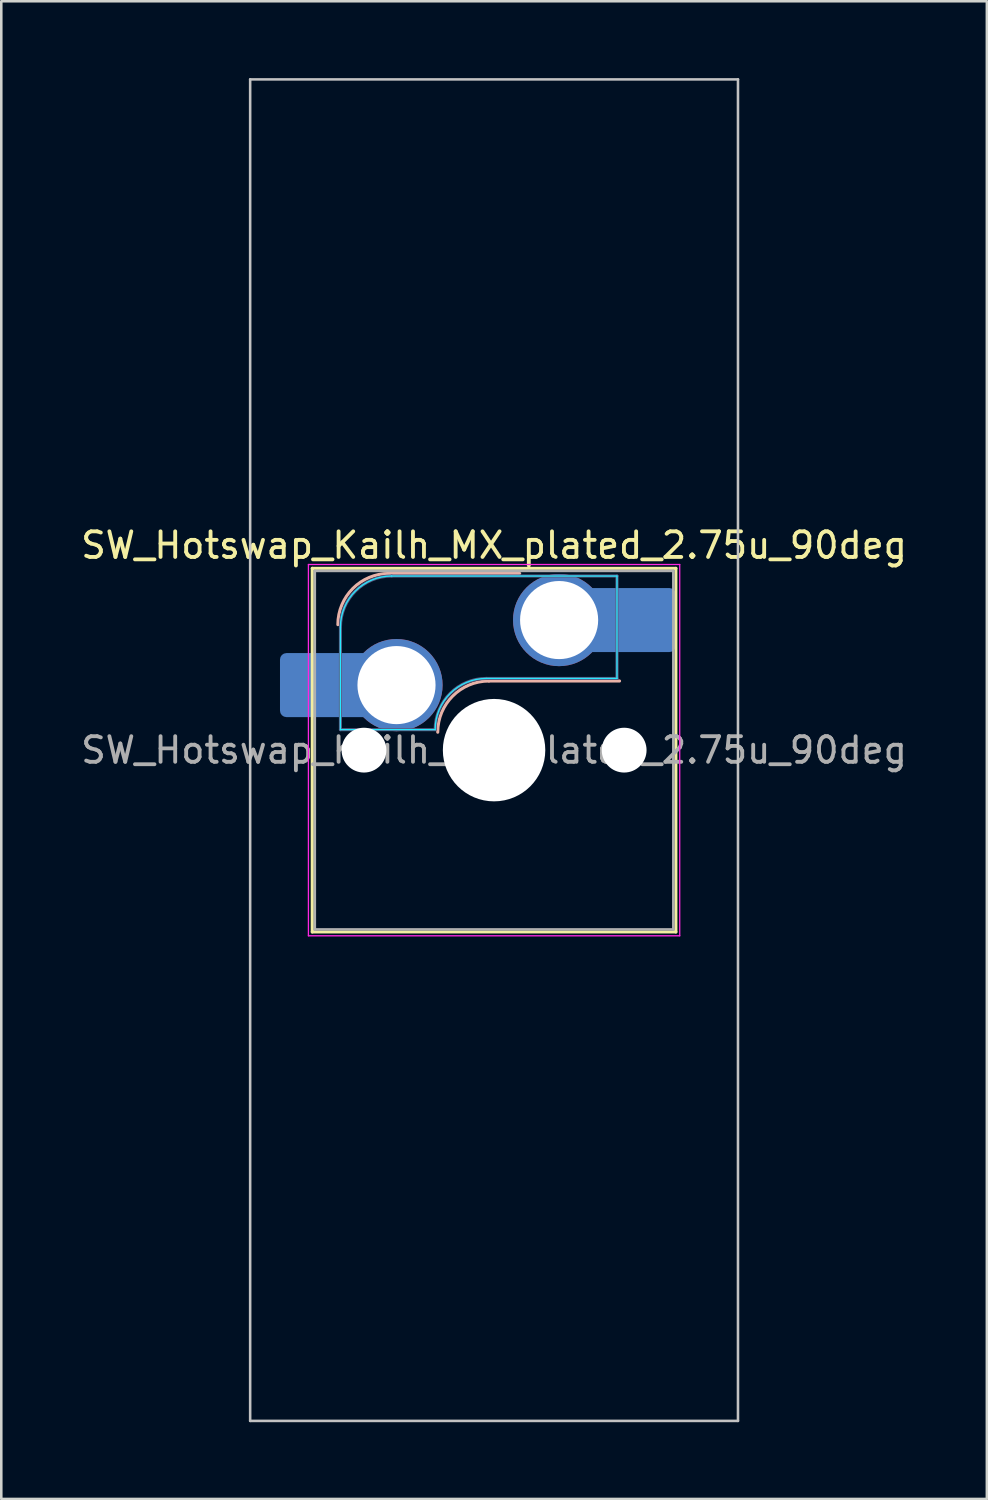
<source format=kicad_pcb>
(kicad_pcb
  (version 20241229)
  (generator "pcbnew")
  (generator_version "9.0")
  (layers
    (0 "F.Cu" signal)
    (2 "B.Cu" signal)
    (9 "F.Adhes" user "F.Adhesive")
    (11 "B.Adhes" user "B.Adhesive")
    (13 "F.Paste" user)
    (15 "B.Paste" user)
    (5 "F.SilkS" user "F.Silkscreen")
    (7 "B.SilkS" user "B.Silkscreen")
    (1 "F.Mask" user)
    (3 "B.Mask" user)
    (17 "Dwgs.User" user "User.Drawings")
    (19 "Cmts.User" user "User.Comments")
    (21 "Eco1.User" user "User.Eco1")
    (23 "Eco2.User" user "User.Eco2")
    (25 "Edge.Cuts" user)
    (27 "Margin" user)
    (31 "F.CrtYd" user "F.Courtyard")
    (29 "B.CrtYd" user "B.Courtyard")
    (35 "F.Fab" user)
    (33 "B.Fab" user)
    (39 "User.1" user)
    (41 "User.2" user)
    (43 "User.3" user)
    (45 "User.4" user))
  (footprint "SW_Hotswap_Kailh_MX_plated_2.75u_90deg"
    (layer "F.Cu")
    (at 16.244 26.244)
    (property "Reference" "SW_Hotswap_Kailh_MX_plated_2.75u_90deg" (at 0 -8 0) (layer "F.SilkS") (effects (font (size 1 1) (thickness 0.15))))
    (attr smd)
    (fp_line (start -7.1 -7.1) (end -7.1 7.1) (stroke (width 0.12) (type solid)) (layer "F.SilkS"))
    (fp_line (start -7.1 7.1) (end 7.1 7.1) (stroke (width 0.12) (type solid)) (layer "F.SilkS"))
    (fp_line (start 7.1 -7.1) (end -7.1 -7.1) (stroke (width 0.12) (type solid)) (layer "F.SilkS"))
    (fp_line (start 7.1 7.1) (end 7.1 -7.1) (stroke (width 0.12) (type solid)) (layer "F.SilkS"))
    (fp_line (start -4.1 -6.9) (end 1 -6.9) (stroke (width 0.12) (type solid)) (layer "B.SilkS"))
    (fp_line (start -0.2 -2.7) (end 4.9 -2.7) (stroke (width 0.12) (type solid)) (layer "B.SilkS"))
    (fp_arc (start -6.1 -4.9) (mid -5.514214 -6.314214) (end -4.1 -6.9) (stroke (width 0.12) (type solid)) (layer "B.SilkS"))
    (fp_arc (start -2.2 -0.7) (mid -1.614214 -2.114214) (end -0.2 -2.7) (stroke (width 0.12) (type solid)) (layer "B.SilkS"))
    (fp_line (start -9.525 -26.194) (end 9.525 -26.194) (stroke (width 0.1) (type solid)) (layer "Dwgs.User"))
    (fp_line (start -9.525 26.194) (end -9.525 -26.194) (stroke (width 0.1) (type solid)) (layer "Dwgs.User"))
    (fp_line (start 9.525 -26.194) (end 9.525 26.194) (stroke (width 0.1) (type solid)) (layer "Dwgs.User"))
    (fp_line (start 9.525 26.194) (end -9.525 26.194) (stroke (width 0.1) (type solid)) (layer "Dwgs.User"))
    (fp_line (start -7.8 -6) (end -7 -6) (stroke (width 0.1) (type solid)) (layer "Eco1.User"))
    (fp_line (start -7.8 -2.9) (end -7.8 -6) (stroke (width 0.1) (type solid)) (layer "Eco1.User"))
    (fp_line (start -7.8 2.9) (end -7 2.9) (stroke (width 0.1) (type solid)) (layer "Eco1.User"))
    (fp_line (start -7.8 6) (end -7.8 2.9) (stroke (width 0.1) (type solid)) (layer "Eco1.User"))
    (fp_line (start -7 -7) (end 7 -7) (stroke (width 0.1) (type solid)) (layer "Eco1.User"))
    (fp_line (start -7 -6) (end -7 -7) (stroke (width 0.1) (type solid)) (layer "Eco1.User"))
    (fp_line (start -7 -2.9) (end -7.8 -2.9) (stroke (width 0.1) (type solid)) (layer "Eco1.User"))
    (fp_line (start -7 2.9) (end -7 -2.9) (stroke (width 0.1) (type solid)) (layer "Eco1.User"))
    (fp_line (start -7 6) (end -7.8 6) (stroke (width 0.1) (type solid)) (layer "Eco1.User"))
    (fp_line (start -7 7) (end -7 6) (stroke (width 0.1) (type solid)) (layer "Eco1.User"))
    (fp_line (start 7 -7) (end 7 -6) (stroke (width 0.1) (type solid)) (layer "Eco1.User"))
    (fp_line (start 7 -6) (end 7.8 -6) (stroke (width 0.1) (type solid)) (layer "Eco1.User"))
    (fp_line (start 7 -2.9) (end 7 2.9) (stroke (width 0.1) (type solid)) (layer "Eco1.User"))
    (fp_line (start 7 2.9) (end 7.8 2.9) (stroke (width 0.1) (type solid)) (layer "Eco1.User"))
    (fp_line (start 7 6) (end 7 7) (stroke (width 0.1) (type solid)) (layer "Eco1.User"))
    (fp_line (start 7 7) (end -7 7) (stroke (width 0.1) (type solid)) (layer "Eco1.User"))
    (fp_line (start 7.8 -6) (end 7.8 -2.9) (stroke (width 0.1) (type solid)) (layer "Eco1.User"))
    (fp_line (start 7.8 -2.9) (end 7 -2.9) (stroke (width 0.1) (type solid)) (layer "Eco1.User"))
    (fp_line (start 7.8 2.9) (end 7.8 6) (stroke (width 0.1) (type solid)) (layer "Eco1.User"))
    (fp_line (start 7.8 6) (end 7 6) (stroke (width 0.1) (type solid)) (layer "Eco1.User"))
    (fp_line (start -6 -0.8) (end -6 -4.8) (stroke (width 0.05) (type solid)) (layer "B.CrtYd"))
    (fp_line (start -6 -0.8) (end -2.3 -0.8) (stroke (width 0.05) (type solid)) (layer "B.CrtYd"))
    (fp_line (start -4 -6.8) (end 4.8 -6.8) (stroke (width 0.05) (type solid)) (layer "B.CrtYd"))
    (fp_line (start -0.3 -2.8) (end 4.8 -2.8) (stroke (width 0.05) (type solid)) (layer "B.CrtYd"))
    (fp_line (start 4.8 -6.8) (end 4.8 -2.8) (stroke (width 0.05) (type solid)) (layer "B.CrtYd"))
    (fp_arc (start -6 -4.8) (mid -5.414214 -6.214214) (end -4 -6.8) (stroke (width 0.05) (type solid)) (layer "B.CrtYd"))
    (fp_arc (start -2.3 -0.8) (mid -1.714214 -2.214214) (end -0.3 -2.8) (stroke (width 0.05) (type solid)) (layer "B.CrtYd"))
    (fp_line (start -7.25 -7.25) (end -7.25 7.25) (stroke (width 0.05) (type solid)) (layer "F.CrtYd"))
    (fp_line (start -7.25 7.25) (end 7.25 7.25) (stroke (width 0.05) (type solid)) (layer "F.CrtYd"))
    (fp_line (start 7.25 -7.25) (end -7.25 -7.25) (stroke (width 0.05) (type solid)) (layer "F.CrtYd"))
    (fp_line (start 7.25 7.25) (end 7.25 -7.25) (stroke (width 0.05) (type solid)) (layer "F.CrtYd"))
    (fp_line (start -6 -0.8) (end -6 -4.8) (stroke (width 0.12) (type solid)) (layer "B.Fab"))
    (fp_line (start -6 -0.8) (end -2.3 -0.8) (stroke (width 0.12) (type solid)) (layer "B.Fab"))
    (fp_line (start -4 -6.8) (end 4.8 -6.8) (stroke (width 0.12) (type solid)) (layer "B.Fab"))
    (fp_line (start -0.3 -2.8) (end 4.8 -2.8) (stroke (width 0.12) (type solid)) (layer "B.Fab"))
    (fp_line (start 4.8 -6.8) (end 4.8 -2.8) (stroke (width 0.12) (type solid)) (layer "B.Fab"))
    (fp_arc (start -6 -4.8) (mid -5.414214 -6.214214) (end -4 -6.8) (stroke (width 0.12) (type solid)) (layer "B.Fab"))
    (fp_arc (start -2.3 -0.8) (mid -1.714214 -2.214214) (end -0.3 -2.8) (stroke (width 0.12) (type solid)) (layer "B.Fab"))
    (fp_line (start -7 -7) (end -7 7) (stroke (width 0.1) (type solid)) (layer "F.Fab"))
    (fp_line (start -7 7) (end 7 7) (stroke (width 0.1) (type solid)) (layer "F.Fab"))
    (fp_line (start 7 -7) (end -7 -7) (stroke (width 0.1) (type solid)) (layer "F.Fab"))
    (fp_line (start 7 7) (end 7 -7) (stroke (width 0.1) (type solid)) (layer "F.Fab"))
    (fp_text user "${REFERENCE}" (at 0 0 0) (layer "F.Fab") (effects (font (size 1 1) (thickness 0.15))))
    (pad "" smd roundrect (at -7.085 -2.54) (size 2.55 2.5) (layers "B.Mask" "B.Paste") (roundrect_rratio 0.1))
    (pad "" np_thru_hole circle (at -5.08 0) (size 1.75 1.75) (drill 1.75) (layers "*.Cu" "*.Mask"))
    (pad "" smd circle (at -3.81 -2.54) (size 3.1 3.1) (layers "F.Mask"))
    (pad "" np_thru_hole circle (at 0 0) (size 4 4) (drill 4) (layers "*.Cu" "*.Mask"))
    (pad "" smd circle (at 2.54 -5.08) (size 3.1 3.1) (layers "F.Mask"))
    (pad "" np_thru_hole circle (at 5.08 0) (size 1.75 1.75) (drill 1.75) (layers "*.Cu" "*.Mask"))
    (pad "" smd roundrect (at 5.842 -5.08) (size 2.55 2.5) (layers "B.Mask" "B.Paste") (roundrect_rratio 0.1))
    (pad "1" smd roundrect (at -6.585 -2.54) (size 3.55 2.5) (layers "B.Cu") (roundrect_rratio 0.1))
    (pad "1" thru_hole circle (at -3.81 -2.54) (size 3.6 3.6) (drill 3.05) (layers "*.Cu" "B.Mask"))
    (pad "2" thru_hole circle (at 2.54 -5.08) (size 3.6 3.6) (drill 3.05) (layers "*.Cu" "B.Mask"))
    (pad "2" smd roundrect (at 5.32 -5.08) (size 3.55 2.5) (layers "B.Cu") (roundrect_rratio 0.1)))
  (gr_rect
    (start -3 -3)
    (end 35.488 55.487)
    (stroke (width 0.1) (type default))
    (fill no)
    (layer "Edge.Cuts")))
</source>
